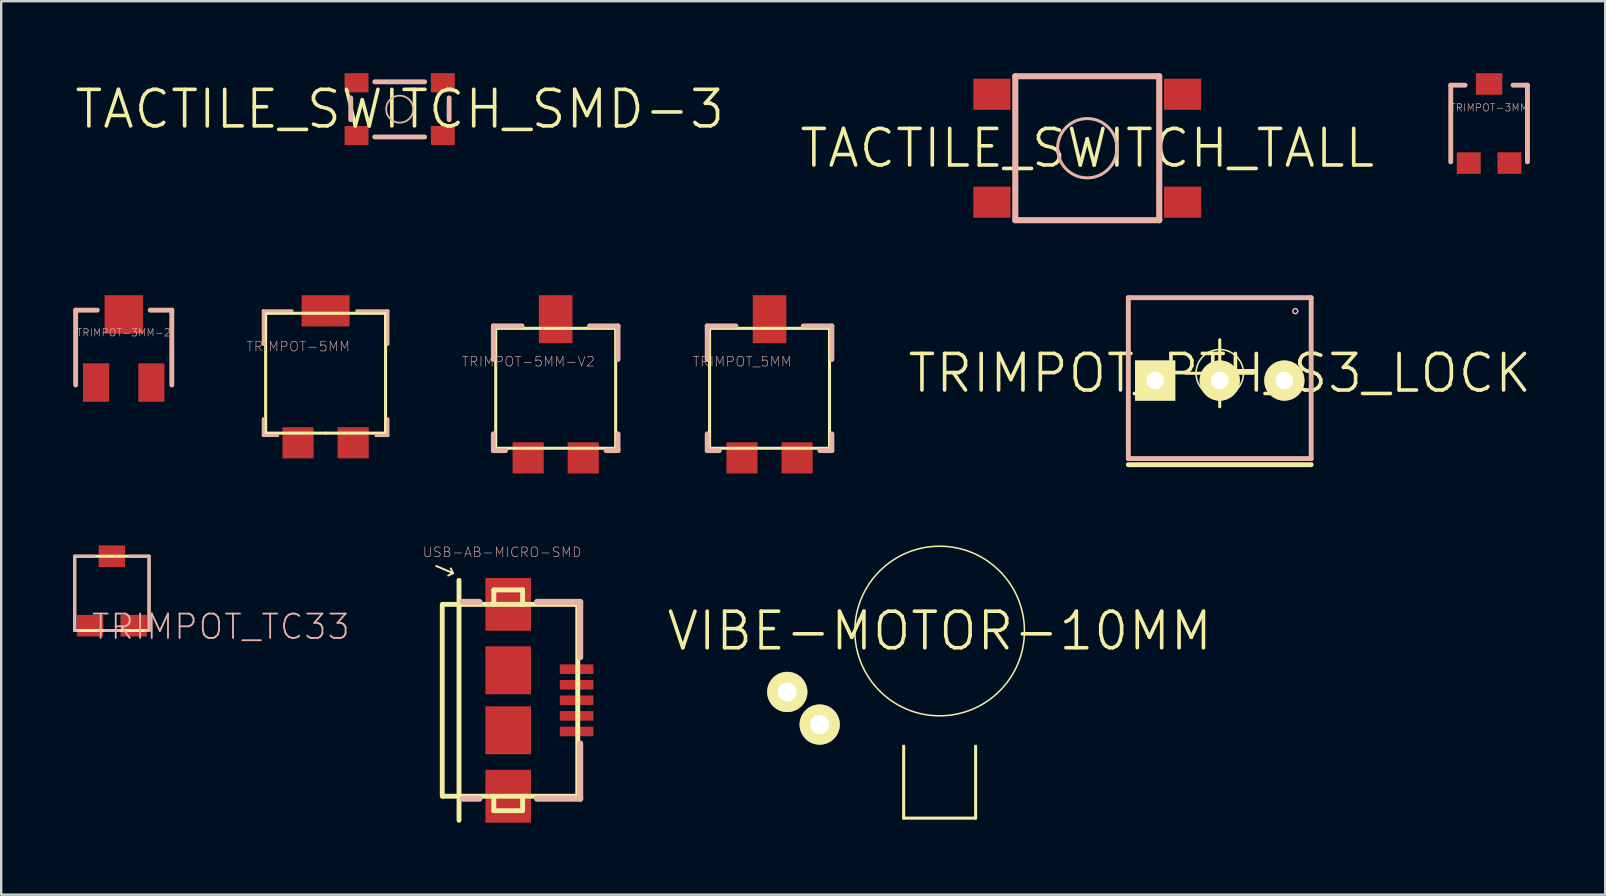
<source format=kicad_pcb>
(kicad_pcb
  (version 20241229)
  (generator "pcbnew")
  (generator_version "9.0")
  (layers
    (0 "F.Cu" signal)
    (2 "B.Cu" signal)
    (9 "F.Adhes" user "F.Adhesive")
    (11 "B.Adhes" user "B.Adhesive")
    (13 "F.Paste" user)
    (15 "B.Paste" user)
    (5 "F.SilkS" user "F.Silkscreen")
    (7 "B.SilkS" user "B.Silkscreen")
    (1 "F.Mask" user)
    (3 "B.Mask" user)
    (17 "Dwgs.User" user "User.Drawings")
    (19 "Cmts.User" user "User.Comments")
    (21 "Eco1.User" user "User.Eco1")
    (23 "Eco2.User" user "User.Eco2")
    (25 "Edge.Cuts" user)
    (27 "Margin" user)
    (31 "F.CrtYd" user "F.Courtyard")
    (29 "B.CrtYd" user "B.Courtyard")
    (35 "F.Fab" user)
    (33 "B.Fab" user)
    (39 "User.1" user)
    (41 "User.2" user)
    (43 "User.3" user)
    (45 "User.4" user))
  (footprint "USB-AB-MICRO-SMD"
    (layer "F.Cu")
    (at 18.129 26.135)
    (property "Reference" "USB-AB-MICRO-SMD" (at -0.254 -6.172 0) (layer "B.SilkS") (effects (font (size 0.406 0.406) (thickness 0.025))))
    (attr smd)
    (fp_line (start -3 -5.598) (end -2.299 -5.298) (stroke (width 0.079) (type solid)) (layer "F.SilkS"))
    (fp_line (start -2.748 -3.998) (end -2.748 3.998) (stroke (width 0.203) (type solid)) (layer "F.SilkS"))
    (fp_line (start -2.697 -3.998) (end -0.599 -3.998) (stroke (width 0.203) (type solid)) (layer "F.SilkS"))
    (fp_line (start -2.697 3.998) (end 2.898 3.998) (stroke (width 0.203) (type solid)) (layer "F.SilkS"))
    (fp_line (start -2.299 -5.298) (end -2.499 -5.199) (stroke (width 0.079) (type solid)) (layer "F.SilkS"))
    (fp_line (start -2.299 -5.298) (end -2.398 -5.499) (stroke (width 0.079) (type solid)) (layer "F.SilkS"))
    (fp_line (start -2.05 -4.999) (end -2.05 4.999) (stroke (width 0.203) (type solid)) (layer "F.SilkS"))
    (fp_line (start -0.599 -4.6) (end 0.599 -4.6) (stroke (width 0.203) (type solid)) (layer "F.SilkS"))
    (fp_line (start -0.599 -3.998) (end -0.599 -4.6) (stroke (width 0.203) (type solid)) (layer "F.SilkS"))
    (fp_line (start -0.599 -3.998) (end 0.599 -3.998) (stroke (width 0.203) (type solid)) (layer "F.SilkS"))
    (fp_line (start -0.599 4.6) (end -0.599 3.998) (stroke (width 0.203) (type solid)) (layer "F.SilkS"))
    (fp_line (start 0.599 -4.6) (end 0.599 -3.998) (stroke (width 0.203) (type solid)) (layer "F.SilkS"))
    (fp_line (start 0.599 -3.998) (end 2.898 -3.998) (stroke (width 0.203) (type solid)) (layer "F.SilkS"))
    (fp_line (start 0.599 3.998) (end 0.599 4.6) (stroke (width 0.203) (type solid)) (layer "F.SilkS"))
    (fp_line (start 0.599 4.6) (end -0.599 4.6) (stroke (width 0.203) (type solid)) (layer "F.SilkS"))
    (fp_line (start 2.898 -3.998) (end 2.898 3.998) (stroke (width 0.203) (type solid)) (layer "F.SilkS"))
    (fp_line (start -1.199 -4.1) (end -1.9 -4.1) (stroke (width 0.254) (type solid)) (layer "B.SilkS"))
    (fp_line (start -1.199 4.1) (end -1.9 4.1) (stroke (width 0.254) (type solid)) (layer "B.SilkS"))
    (fp_line (start 1.199 -4.1) (end 3 -4.1) (stroke (width 0.254) (type solid)) (layer "B.SilkS"))
    (fp_line (start 3 -4.1) (end 3 -1.798) (stroke (width 0.254) (type solid)) (layer "B.SilkS"))
    (fp_line (start 3 1.798) (end 3 4.1) (stroke (width 0.254) (type solid)) (layer "B.SilkS"))
    (fp_line (start 3 4.1) (end 1.199 4.1) (stroke (width 0.254) (type solid)) (layer "B.SilkS"))
    (pad "D+" smd rect (at 2.85 0 90) (size 0.399 1.4) (layers "F.Cu" "F.Mask" "F.Paste"))
    (pad "D-" smd rect (at 2.85 -0.648 90) (size 0.399 1.4) (layers "F.Cu" "F.Mask" "F.Paste"))
    (pad "GND" smd rect (at 2.85 1.298 90) (size 0.399 1.4) (layers "F.Cu" "F.Mask" "F.Paste"))
    (pad "ID" smd rect (at 2.85 0.648 90) (size 0.399 1.4) (layers "F.Cu" "F.Mask" "F.Paste"))
    (pad "P$6" smd rect (at 0 -1.25 90) (size 1.999 1.9) (layers "F.Cu" "F.Mask" "F.Paste"))
    (pad "P$7" smd rect (at 0 1.25 90) (size 1.999 1.9) (layers "F.Cu" "F.Mask" "F.Paste"))
    (pad "P$8" smd rect (at 0 -3.998 90) (size 2.2 1.9) (layers "F.Cu" "F.Mask" "F.Paste"))
    (pad "P$9" smd rect (at 0 3.998 90) (size 2.2 1.9) (layers "F.Cu" "F.Mask" "F.Paste"))
    (pad "VBUS" smd rect (at 2.85 -1.298 90) (size 0.399 1.4) (layers "F.Cu" "F.Mask" "F.Paste")))
  (footprint "TRIMPOT-5MM-V2"
    (layer "F.Cu")
    (at 20.108 13.491)
    (property "Reference" "TRIMPOT-5MM-V2" (at -1.143 -1.473 0) (layer "B.SilkS") (effects (font (size 0.406 0.406) (thickness 0.025))))
    (attr smd)
    (fp_line (start -2.499 -2.857) (end 2.499 -2.857) (stroke (width 0.127) (type solid)) (layer "F.SilkS"))
    (fp_line (start -2.499 2.139) (end -2.499 -2.857) (stroke (width 0.127) (type solid)) (layer "F.SilkS"))
    (fp_line (start 2.499 -2.857) (end 2.499 2.139) (stroke (width 0.127) (type solid)) (layer "F.SilkS"))
    (fp_line (start 2.499 2.139) (end -2.499 2.139) (stroke (width 0.127) (type solid)) (layer "F.SilkS"))
    (fp_line (start -2.598 -2.959) (end -2.598 -1.56) (stroke (width 0.203) (type solid)) (layer "B.SilkS"))
    (fp_line (start -2.598 2.238) (end -2.598 1.539) (stroke (width 0.203) (type solid)) (layer "B.SilkS"))
    (fp_line (start -2.093 2.238) (end -2.598 2.238) (stroke (width 0.203) (type solid)) (layer "B.SilkS"))
    (fp_line (start -1.4 -2.959) (end -2.598 -2.959) (stroke (width 0.203) (type solid)) (layer "B.SilkS"))
    (fp_line (start 1.407 -2.959) (end 2.598 -2.959) (stroke (width 0.203) (type solid)) (layer "B.SilkS"))
    (fp_line (start 2.098 2.238) (end 2.598 2.238) (stroke (width 0.203) (type solid)) (layer "B.SilkS"))
    (fp_line (start 2.598 -2.959) (end 2.598 -1.56) (stroke (width 0.203) (type solid)) (layer "B.SilkS"))
    (fp_line (start 2.598 2.238) (end 2.598 1.539) (stroke (width 0.203) (type solid)) (layer "B.SilkS"))
    (pad "A" smd rect (at 1.148 2.54) (size 1.298 1.298) (layers "F.Cu" "F.Mask" "F.Paste"))
    (pad "B" smd rect (at 0 -3.239 270) (size 1.999 1.4) (layers "F.Cu" "F.Mask" "F.Paste"))
    (pad "C" smd rect (at -1.148 2.54) (size 1.298 1.298) (layers "F.Cu" "F.Mask" "F.Paste")))
  (footprint "TRIMPOT_TC33"
    (layer "F.Cu")
    (at 1.613 21.578)
    (property "Reference" "TRIMPOT_TC33" (at 4.539 1.491 0) (layer "B.SilkS") (effects (font (size 1.016 1.016) (thickness 0.076))))
    (attr smd)
    (fp_line (start -1.549 -1.448) (end -1.549 1.648) (stroke (width 0.127) (type solid)) (layer "F.SilkS"))
    (fp_line (start -1.549 1.648) (end 1.549 1.648) (stroke (width 0.127) (type solid)) (layer "F.SilkS"))
    (fp_line (start 1.549 -1.448) (end -1.549 -1.448) (stroke (width 0.127) (type solid)) (layer "F.SilkS"))
    (fp_line (start 1.549 1.648) (end 1.549 -1.448) (stroke (width 0.127) (type solid)) (layer "F.SilkS"))
    (fp_line (start -1.549 -1.448) (end -1.549 1.648) (stroke (width 0.127) (type solid)) (layer "B.SilkS"))
    (fp_line (start -1.549 1.648) (end -1.499 1.648) (stroke (width 0.127) (type solid)) (layer "B.SilkS"))
    (fp_line (start -0.749 -1.448) (end -1.549 -1.448) (stroke (width 0.127) (type solid)) (layer "B.SilkS"))
    (fp_line (start -0.3 1.648) (end 0.3 1.648) (stroke (width 0.127) (type solid)) (layer "B.SilkS"))
    (fp_line (start 1.499 1.648) (end 1.549 1.648) (stroke (width 0.127) (type solid)) (layer "B.SilkS"))
    (fp_line (start 1.549 -1.448) (end 0.749 -1.448) (stroke (width 0.127) (type solid)) (layer "B.SilkS"))
    (fp_line (start 1.549 1.648) (end 1.549 -1.448) (stroke (width 0.127) (type solid)) (layer "B.SilkS"))
    (pad "1" smd rect (at -0.909 1.448) (size 1.1 0.899) (layers "F.Cu" "F.Mask" "F.Paste"))
    (pad "2" smd rect (at 0 -1.448) (size 1.1 0.899) (layers "F.Cu" "F.Mask" "F.Paste"))
    (pad "3" smd rect (at 0.909 1.448) (size 1.1 0.899) (layers "F.Cu" "F.Mask" "F.Paste")))
  (footprint "TRIMPOT-3MM-2"
    (layer "F.Cu")
    (at 2.106 11.473)
    (property "Reference" "TRIMPOT-3MM-2" (at 0 -0.66 0) (layer "B.SilkS") (effects (font (size 0.305 0.305) (thickness 0.025))))
    (attr smd)
    (fp_line (start -2.004 -1.598) (end -2.004 1.521) (stroke (width 0.203) (type solid)) (layer "B.SilkS"))
    (fp_line (start -1.1 -1.598) (end -2.004 -1.598) (stroke (width 0.203) (type solid)) (layer "B.SilkS"))
    (fp_line (start 1.1 -1.598) (end 2.004 -1.598) (stroke (width 0.203) (type solid)) (layer "B.SilkS"))
    (fp_line (start 2.004 -1.598) (end 2.004 1.521) (stroke (width 0.203) (type solid)) (layer "B.SilkS"))
    (pad "1" smd rect (at -1.153 1.42) (size 1.09 1.6) (layers "F.Cu" "F.Mask" "F.Paste"))
    (pad "2" smd rect (at 0 -1.42) (size 1.6 1.6) (layers "F.Cu" "F.Mask" "F.Paste"))
    (pad "3" smd rect (at 1.153 1.42) (size 1.09 1.6) (layers "F.Cu" "F.Mask" "F.Paste")))
  (footprint "TRIMPOT-5MM"
    (layer "F.Cu")
    (at 10.519 12.862)
    (property "Reference" "TRIMPOT-5MM" (at -1.143 -1.473 0) (layer "B.SilkS") (effects (font (size 0.406 0.406) (thickness 0.025))))
    (attr smd)
    (fp_line (start -2.499 -2.857) (end 2.499 -2.857) (stroke (width 0.127) (type solid)) (layer "F.SilkS"))
    (fp_line (start -2.499 2.139) (end -2.499 -2.857) (stroke (width 0.127) (type solid)) (layer "F.SilkS"))
    (fp_line (start 0 2.139) (end -2.499 2.139) (stroke (width 0.127) (type solid)) (layer "F.SilkS"))
    (fp_line (start 2.499 -2.857) (end 2.499 2.139) (stroke (width 0.127) (type solid)) (layer "F.SilkS"))
    (fp_line (start 2.499 2.139) (end 0 2.139) (stroke (width 0.127) (type solid)) (layer "F.SilkS"))
    (fp_line (start -2.598 -2.959) (end -2.598 -1.56) (stroke (width 0.127) (type solid)) (layer "B.SilkS"))
    (fp_line (start -2.598 2.238) (end -2.598 1.539) (stroke (width 0.127) (type solid)) (layer "B.SilkS"))
    (fp_line (start -1.999 2.238) (end -2.598 2.238) (stroke (width 0.127) (type solid)) (layer "B.SilkS"))
    (fp_line (start -1.4 -2.959) (end -2.598 -2.959) (stroke (width 0.127) (type solid)) (layer "B.SilkS"))
    (fp_line (start 1.298 -2.959) (end 2.598 -2.959) (stroke (width 0.127) (type solid)) (layer "B.SilkS"))
    (fp_line (start 2.098 2.238) (end 2.598 2.238) (stroke (width 0.127) (type solid)) (layer "B.SilkS"))
    (fp_line (start 2.598 -2.959) (end 2.598 -1.56) (stroke (width 0.127) (type solid)) (layer "B.SilkS"))
    (fp_line (start 2.598 2.238) (end 2.598 1.539) (stroke (width 0.127) (type solid)) (layer "B.SilkS"))
    (pad "A" smd rect (at 1.148 2.54) (size 1.298 1.298) (layers "F.Cu" "F.Mask" "F.Paste"))
    (pad "B" smd rect (at 0 -2.959 180) (size 1.999 1.298) (layers "F.Cu" "F.Mask" "F.Paste"))
    (pad "C" smd rect (at -1.148 2.54) (size 1.298 1.298) (layers "F.Cu" "F.Mask" "F.Paste")))
  (footprint "TRIMPOT-3MM"
    (layer "F.Cu")
    (at 59.007 2.098)
    (property "Reference" "TRIMPOT-3MM" (at 0 -0.66 0) (layer "B.SilkS") (effects (font (size 0.305 0.305) (thickness 0.025))))
    (attr smd)
    (fp_line (start -1.598 -1.598) (end -1.598 1.598) (stroke (width 0.203) (type solid)) (layer "B.SilkS"))
    (fp_line (start -0.998 -1.598) (end -1.598 -1.598) (stroke (width 0.203) (type solid)) (layer "B.SilkS"))
    (fp_line (start 0.998 -1.598) (end 1.598 -1.598) (stroke (width 0.203) (type solid)) (layer "B.SilkS"))
    (fp_line (start 1.598 -1.598) (end 1.598 1.598) (stroke (width 0.203) (type solid)) (layer "B.SilkS"))
    (pad "1" smd rect (at -0.848 1.648) (size 0.998 0.899) (layers "F.Cu" "F.Mask" "F.Paste"))
    (pad "2" smd rect (at 0 -1.648) (size 1.1 0.899) (layers "F.Cu" "F.Mask" "F.Paste"))
    (pad "3" smd rect (at 0.848 1.648) (size 0.998 0.899) (layers "F.Cu" "F.Mask" "F.Paste")))
  (footprint "TACTILE_SWITCH_SMD-3"
    (layer "F.Cu")
    (at 13.607 1.499)
    (property "Reference" "TACTILE_SWITCH_SMD-3" (at 0 0 0) (layer "F.SilkS") (effects (font (size 1.524 1.524) (thickness 0.15))))
    (attr smd)
    (fp_line (start -2.04 0.439) (end -2.04 -0.47) (stroke (width 0.203) (type solid)) (layer "B.SilkS"))
    (fp_line (start -1.039 -1.138) (end 1.039 -1.138) (stroke (width 0.203) (type solid)) (layer "B.SilkS"))
    (fp_line (start -1.039 1.158) (end 1.039 1.158) (stroke (width 0.203) (type solid)) (layer "B.SilkS"))
    (fp_line (start 2.06 0.439) (end 2.06 -0.47) (stroke (width 0.203) (type solid)) (layer "B.SilkS"))
    (fp_circle (center 0 0) (end -0.399 0.399) (stroke (width 0.074) (type solid)) (fill no) (layer "B.SilkS"))
    (pad "1" smd rect (at -1.798 -1.1 90) (size 0.798 0.998) (layers "F.Cu" "F.Mask" "F.Paste"))
    (pad "2" smd rect (at 1.798 -1.1 90) (size 0.798 0.998) (layers "F.Cu" "F.Mask" "F.Paste"))
    (pad "3" smd rect (at -1.798 1.1 90) (size 0.798 0.998) (layers "F.Cu" "F.Mask" "F.Paste"))
    (pad "4" smd rect (at 1.798 1.1 90) (size 0.798 0.998) (layers "F.Cu" "F.Mask" "F.Paste")))
  (footprint "TRIMPOT_PTH_S3_LOCK"
    (layer "F.Cu")
    (at 47.782 12.505)
    (property "Reference" "TRIMPOT_PTH_S3_LOCK" (at 0 0 0) (layer "F.SilkS") (effects (font (size 1.524 1.524) (thickness 0.15))))
    (attr exclude_from_pos_files exclude_from_bom)
    (fp_line (start -3.81 3.81) (end 3.81 3.81) (stroke (width 0.203) (type solid)) (layer "F.SilkS"))
    (fp_line (start 0 -1.397) (end 0 1.397) (stroke (width 0.127) (type solid)) (layer "F.SilkS"))
    (fp_line (start 1.397 0) (end -1.397 0) (stroke (width 0.127) (type solid)) (layer "F.SilkS"))
    (fp_circle (center -2.54 0.279) (end -2.654 0.394) (stroke (width 0.013) (type solid)) (fill no) (layer "F.SilkS"))
    (fp_circle (center 0 0) (end -0.699 0.699) (stroke (width 0.064) (type solid)) (fill no) (layer "F.SilkS"))
    (fp_circle (center 0 0.279) (end -0.114 0.394) (stroke (width 0.013) (type solid)) (fill no) (layer "F.SilkS"))
    (fp_circle (center 2.54 0.279) (end 2.654 0.394) (stroke (width 0.013) (type solid)) (fill no) (layer "F.SilkS"))
    (fp_line (start -3.81 -3.15) (end -3.81 3.556) (stroke (width 0.203) (type solid)) (layer "B.SilkS"))
    (fp_line (start -3.81 3.556) (end 3.81 3.556) (stroke (width 0.203) (type solid)) (layer "B.SilkS"))
    (fp_line (start 3.81 -3.15) (end -3.81 -3.15) (stroke (width 0.203) (type solid)) (layer "B.SilkS"))
    (fp_line (start 3.81 3.556) (end 3.81 -3.15) (stroke (width 0.203) (type solid)) (layer "B.SilkS"))
    (fp_circle (center 3.15 -2.588) (end 3.223 -2.662) (stroke (width 0.064) (type solid)) (fill no) (layer "B.SilkS"))
    (pad "1" thru_hole rect (at -2.692 0.305) (size 1.676 1.676) (drill 0.737) (layers "*.Cu" "F.Mask" "F.SilkS" "F.Paste"))
    (pad "2" thru_hole circle (at 0 0.305) (size 1.676 1.676) (drill 0.737) (layers "*.Cu" "F.Mask" "F.SilkS" "F.Paste"))
    (pad "3" thru_hole circle (at 2.692 0.305) (size 1.676 1.676) (drill 0.737) (layers "*.Cu" "F.Mask" "F.SilkS" "F.Paste")))
  (footprint "VIBE-MOTOR-10MM"
    (layer "F.Cu")
    (at 36.109 23.247)
    (property "Reference" "VIBE-MOTOR-10MM" (at 0 0 0) (layer "F.SilkS") (effects (font (size 1.524 1.524) (thickness 0.15))))
    (attr exclude_from_pos_files exclude_from_bom)
    (fp_line (start -1.499 4.798) (end -1.499 7.798) (stroke (width 0.127) (type solid)) (layer "F.SilkS"))
    (fp_line (start -1.499 7.798) (end 1.499 7.798) (stroke (width 0.127) (type solid)) (layer "F.SilkS"))
    (fp_line (start 1.499 7.798) (end 1.499 4.798) (stroke (width 0.127) (type solid)) (layer "F.SilkS"))
    (fp_circle (center 0 0) (end -2.499 2.499) (stroke (width 0.064) (type solid)) (fill no) (layer "F.SilkS"))
    (pad "+" thru_hole circle (at -4.999 3.899) (size 1.676 1.676) (drill 0.798) (layers "*.Cu" "F.Mask" "F.SilkS" "F.Paste"))
    (pad "-" thru_hole circle (at -6.35 2.54) (size 1.676 1.676) (drill 0.798) (layers "*.Cu" "F.Mask" "F.SilkS" "F.Paste")))
  (footprint "TACTILE_SWITCH_TALL"
    (layer "F.Cu")
    (at 42.261 3.127)
    (property "Reference" "TACTILE_SWITCH_TALL" (at 0 0 0) (layer "F.SilkS") (effects (font (size 1.524 1.524) (thickness 0.15))))
    (attr smd)
    (fp_line (start -3 -3) (end -3 3) (stroke (width 0.254) (type solid)) (layer "B.SilkS"))
    (fp_line (start -3 3) (end 3 3) (stroke (width 0.254) (type solid)) (layer "B.SilkS"))
    (fp_line (start 3 -3) (end -3 -3) (stroke (width 0.254) (type solid)) (layer "B.SilkS"))
    (fp_line (start 3 3) (end 3 -3) (stroke (width 0.254) (type solid)) (layer "B.SilkS"))
    (fp_circle (center 0 0) (end -0.874 0.874) (stroke (width 0.127) (type solid)) (fill no) (layer "B.SilkS"))
    (pad "A1" smd rect (at -3.973 2.248 90) (size 1.298 1.549) (layers "F.Cu" "F.Mask" "F.Paste"))
    (pad "A2" smd rect (at 3.973 2.248 90) (size 1.298 1.549) (layers "F.Cu" "F.Mask" "F.Paste"))
    (pad "B1" smd rect (at -3.973 -2.248 90) (size 1.298 1.549) (layers "F.Cu" "F.Mask" "F.Paste"))
    (pad "B2" smd rect (at 3.973 -2.248 90) (size 1.298 1.549) (layers "F.Cu" "F.Mask" "F.Paste")))
  (footprint "TRIMPOT_5MM"
    (layer "F.Cu")
    (at 29.02 13.491)
    (property "Reference" "TRIMPOT_5MM" (at -1.143 -1.473 0) (layer "B.SilkS") (effects (font (size 0.406 0.406) (thickness 0.025))))
    (attr smd)
    (fp_line (start -2.499 -2.857) (end 2.499 -2.857) (stroke (width 0.127) (type solid)) (layer "F.SilkS"))
    (fp_line (start -2.499 2.139) (end -2.499 -2.857) (stroke (width 0.127) (type solid)) (layer "F.SilkS"))
    (fp_line (start 2.499 -2.857) (end 2.499 2.139) (stroke (width 0.127) (type solid)) (layer "F.SilkS"))
    (fp_line (start 2.499 2.139) (end -2.499 2.139) (stroke (width 0.127) (type solid)) (layer "F.SilkS"))
    (fp_line (start -2.598 -2.959) (end -2.598 -1.56) (stroke (width 0.203) (type solid)) (layer "B.SilkS"))
    (fp_line (start -2.598 2.238) (end -2.598 1.539) (stroke (width 0.203) (type solid)) (layer "B.SilkS"))
    (fp_line (start -2.093 2.238) (end -2.598 2.238) (stroke (width 0.203) (type solid)) (layer "B.SilkS"))
    (fp_line (start -1.4 -2.959) (end -2.598 -2.959) (stroke (width 0.203) (type solid)) (layer "B.SilkS"))
    (fp_line (start 1.407 -2.959) (end 2.598 -2.959) (stroke (width 0.203) (type solid)) (layer "B.SilkS"))
    (fp_line (start 2.098 2.238) (end 2.598 2.238) (stroke (width 0.203) (type solid)) (layer "B.SilkS"))
    (fp_line (start 2.598 -2.959) (end 2.598 -1.56) (stroke (width 0.203) (type solid)) (layer "B.SilkS"))
    (fp_line (start 2.598 2.238) (end 2.598 1.539) (stroke (width 0.203) (type solid)) (layer "B.SilkS"))
    (pad "A" smd rect (at 1.148 2.54) (size 1.298 1.298) (layers "F.Cu" "F.Mask" "F.Paste"))
    (pad "B" smd rect (at 0 -3.239 270) (size 1.999 1.4) (layers "F.Cu" "F.Mask" "F.Paste"))
    (pad "C" smd rect (at -1.148 2.54) (size 1.298 1.298) (layers "F.Cu" "F.Mask" "F.Paste")))
  (gr_rect
    (start -3 -3)
    (end 63.845 34.235)
    (stroke (width 0.1) (type default))
    (fill no)
    (layer "Edge.Cuts")))
</source>
